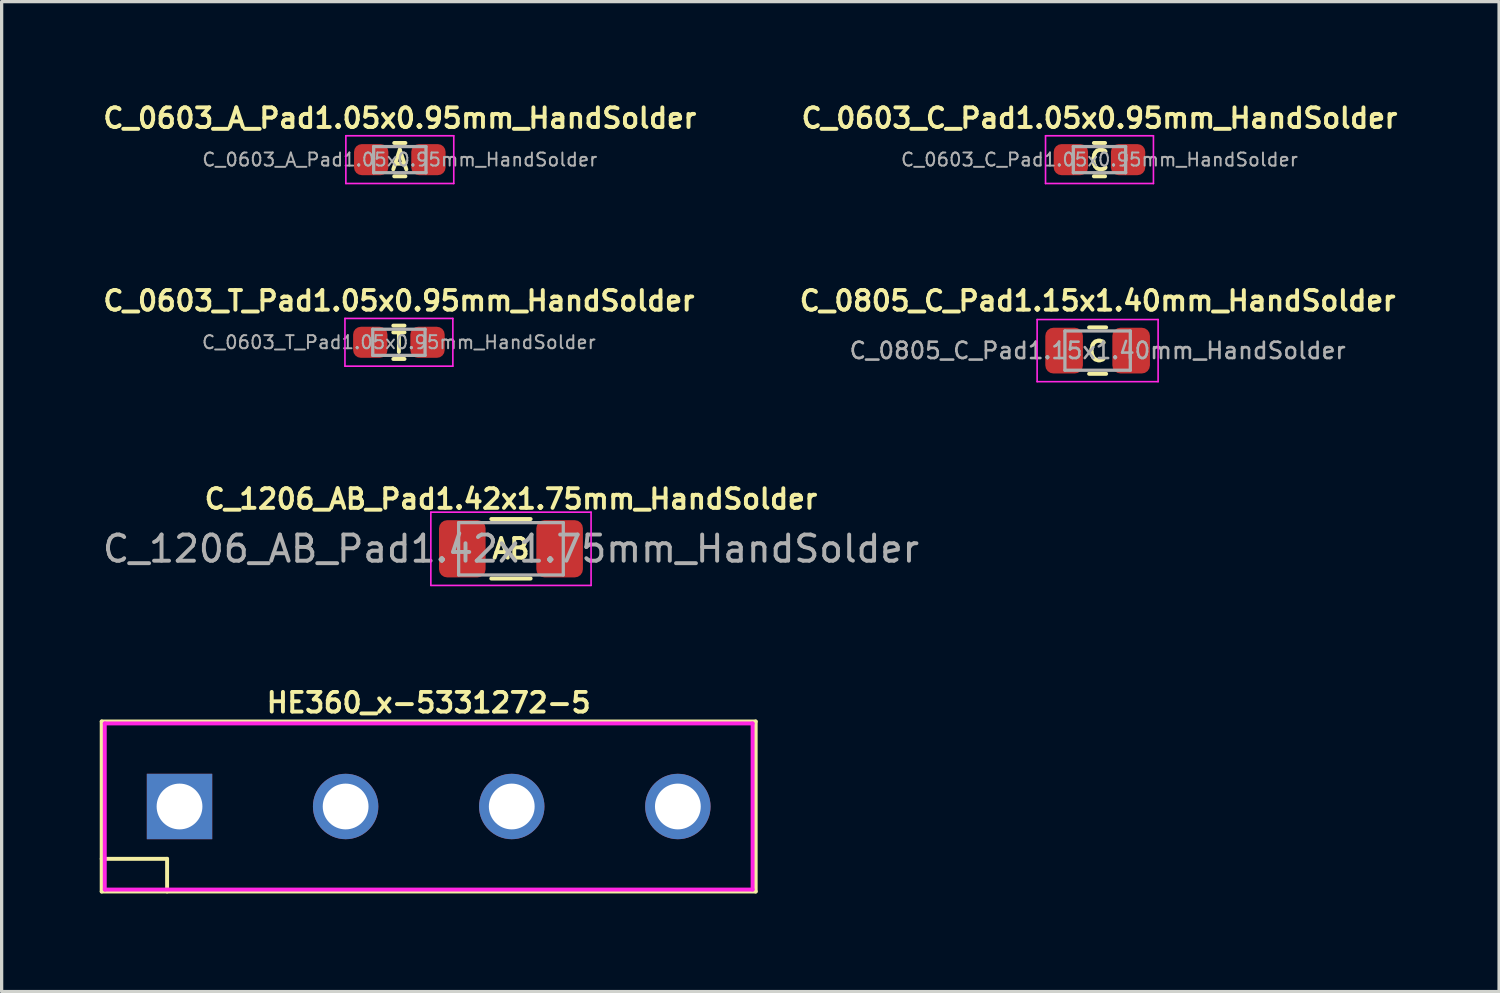
<source format=kicad_pcb>
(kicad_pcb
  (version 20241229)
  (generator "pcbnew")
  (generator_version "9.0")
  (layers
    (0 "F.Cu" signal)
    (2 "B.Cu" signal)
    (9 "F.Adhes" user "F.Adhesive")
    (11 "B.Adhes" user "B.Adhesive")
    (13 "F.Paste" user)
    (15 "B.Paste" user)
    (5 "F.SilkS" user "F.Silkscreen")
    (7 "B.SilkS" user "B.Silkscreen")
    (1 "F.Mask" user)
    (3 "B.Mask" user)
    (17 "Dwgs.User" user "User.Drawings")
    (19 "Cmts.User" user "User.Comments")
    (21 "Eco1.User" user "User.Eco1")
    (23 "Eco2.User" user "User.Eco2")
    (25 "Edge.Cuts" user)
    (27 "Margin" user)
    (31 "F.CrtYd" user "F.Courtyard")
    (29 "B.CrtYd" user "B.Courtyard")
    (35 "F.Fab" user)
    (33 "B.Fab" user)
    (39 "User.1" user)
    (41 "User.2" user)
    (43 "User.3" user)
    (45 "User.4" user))
  (footprint "C_0603_T_Pad1.05x0.95mm_HandSolder"
    (layer "F.Cu")
    (at 9.149 7.418)
    (property "Reference" "C_0603_T_Pad1.05x0.95mm_HandSolder" (at 0 -1.27 0) (layer "F.SilkS") (effects (font (size 0.6 0.6) (thickness 0.12))))
    (attr smd)
    (fp_line (start -0.171 -0.51) (end 0.171 -0.51) (stroke (width 0.12) (type solid)) (layer "F.SilkS"))
    (fp_line (start -0.171 0.51) (end 0.171 0.51) (stroke (width 0.12) (type solid)) (layer "F.SilkS"))
    (fp_line (start -1.65 -0.73) (end 1.65 -0.73) (stroke (width 0.05) (type solid)) (layer "F.CrtYd"))
    (fp_line (start -1.65 0.73) (end -1.65 -0.73) (stroke (width 0.05) (type solid)) (layer "F.CrtYd"))
    (fp_line (start 1.65 -0.73) (end 1.65 0.73) (stroke (width 0.05) (type solid)) (layer "F.CrtYd"))
    (fp_line (start 1.65 0.73) (end -1.65 0.73) (stroke (width 0.05) (type solid)) (layer "F.CrtYd"))
    (fp_line (start -0.8 -0.4) (end 0.8 -0.4) (stroke (width 0.1) (type solid)) (layer "F.Fab"))
    (fp_line (start -0.8 0.4) (end -0.8 -0.4) (stroke (width 0.1) (type solid)) (layer "F.Fab"))
    (fp_line (start 0.8 -0.4) (end 0.8 0.4) (stroke (width 0.1) (type solid)) (layer "F.Fab"))
    (fp_line (start 0.8 0.4) (end -0.8 0.4) (stroke (width 0.1) (type solid)) (layer "F.Fab"))
    (fp_text user "T" (at 0 0.025 0) (layer "F.SilkS") (effects (font (size 0.6 0.6) (thickness 0.12))))
    (fp_text user "${REFERENCE}" (at 0 0 0) (layer "F.Fab") (effects (font (size 0.4 0.4) (thickness 0.06))))
    (pad "1" smd roundrect (at -0.875 0) (size 1.05 0.95) (layers "F.Cu" "F.Mask" "F.Paste") (roundrect_rratio 0.25))
    (pad "2" smd roundrect (at 0.875 0) (size 1.05 0.95) (layers "F.Cu" "F.Mask" "F.Paste") (roundrect_rratio 0.25)))
  (footprint "C_0805_C_Pad1.15x1.40mm_HandSolder"
    (layer "F.Cu")
    (at 30.517 7.672)
    (property "Reference" "C_0805_C_Pad1.15x1.40mm_HandSolder" (at 0 -1.524 0) (layer "F.SilkS") (effects (font (size 0.6 0.6) (thickness 0.12))))
    (attr smd)
    (fp_line (start -0.261 -0.71) (end 0.261 -0.71) (stroke (width 0.12) (type solid)) (layer "F.SilkS"))
    (fp_line (start -0.261 0.71) (end 0.261 0.71) (stroke (width 0.12) (type solid)) (layer "F.SilkS"))
    (fp_line (start -1.85 -0.95) (end 1.85 -0.95) (stroke (width 0.05) (type solid)) (layer "F.CrtYd"))
    (fp_line (start -1.85 0.95) (end -1.85 -0.95) (stroke (width 0.05) (type solid)) (layer "F.CrtYd"))
    (fp_line (start 1.85 -0.95) (end 1.85 0.95) (stroke (width 0.05) (type solid)) (layer "F.CrtYd"))
    (fp_line (start 1.85 0.95) (end -1.85 0.95) (stroke (width 0.05) (type solid)) (layer "F.CrtYd"))
    (fp_line (start -1 -0.6) (end 1 -0.6) (stroke (width 0.1) (type solid)) (layer "F.Fab"))
    (fp_line (start -1 0.6) (end -1 -0.6) (stroke (width 0.1) (type solid)) (layer "F.Fab"))
    (fp_line (start 1 -0.6) (end 1 0.6) (stroke (width 0.1) (type solid)) (layer "F.Fab"))
    (fp_line (start 1 0.6) (end -1 0.6) (stroke (width 0.1) (type solid)) (layer "F.Fab"))
    (fp_text user "C" (at 0 0.025 0) (layer "F.SilkS") (effects (font (size 0.6 0.6) (thickness 0.12))))
    (fp_text user "${REFERENCE}" (at 0 0 0) (layer "F.Fab") (effects (font (size 0.5 0.5) (thickness 0.08))))
    (pad "1" smd roundrect (at -1.025 0) (size 1.15 1.4) (layers "F.Cu" "F.Mask" "F.Paste") (roundrect_rratio 0.217))
    (pad "2" smd roundrect (at 1.025 0) (size 1.15 1.4) (layers "F.Cu" "F.Mask" "F.Paste") (roundrect_rratio 0.217)))
  (footprint "C_0603_C_Pad1.05x0.95mm_HandSolder"
    (layer "F.Cu")
    (at 30.574 1.832)
    (property "Reference" "C_0603_C_Pad1.05x0.95mm_HandSolder" (at 0 -1.27 0) (layer "F.SilkS") (effects (font (size 0.6 0.6) (thickness 0.12))))
    (attr smd)
    (fp_line (start -0.171 -0.51) (end 0.171 -0.51) (stroke (width 0.12) (type solid)) (layer "F.SilkS"))
    (fp_line (start -0.171 0.51) (end 0.171 0.51) (stroke (width 0.12) (type solid)) (layer "F.SilkS"))
    (fp_line (start -1.65 -0.73) (end 1.65 -0.73) (stroke (width 0.05) (type solid)) (layer "F.CrtYd"))
    (fp_line (start -1.65 0.73) (end -1.65 -0.73) (stroke (width 0.05) (type solid)) (layer "F.CrtYd"))
    (fp_line (start 1.65 -0.73) (end 1.65 0.73) (stroke (width 0.05) (type solid)) (layer "F.CrtYd"))
    (fp_line (start 1.65 0.73) (end -1.65 0.73) (stroke (width 0.05) (type solid)) (layer "F.CrtYd"))
    (fp_line (start -0.8 -0.4) (end 0.8 -0.4) (stroke (width 0.1) (type solid)) (layer "F.Fab"))
    (fp_line (start -0.8 0.4) (end -0.8 -0.4) (stroke (width 0.1) (type solid)) (layer "F.Fab"))
    (fp_line (start 0.8 -0.4) (end 0.8 0.4) (stroke (width 0.1) (type solid)) (layer "F.Fab"))
    (fp_line (start 0.8 0.4) (end -0.8 0.4) (stroke (width 0.1) (type solid)) (layer "F.Fab"))
    (fp_text user "C" (at 0 0.025 0) (layer "F.SilkS") (effects (font (size 0.6 0.6) (thickness 0.12))))
    (fp_text user "${REFERENCE}" (at 0 0 0) (layer "F.Fab") (effects (font (size 0.4 0.4) (thickness 0.06))))
    (pad "1" smd roundrect (at -0.875 0) (size 1.05 0.95) (layers "F.Cu" "F.Mask" "F.Paste") (roundrect_rratio 0.25))
    (pad "2" smd roundrect (at 0.875 0) (size 1.05 0.95) (layers "F.Cu" "F.Mask" "F.Paste") (roundrect_rratio 0.25)))
  (footprint "C_1206_AB_Pad1.42x1.75mm_HandSolder"
    (layer "F.Cu")
    (at 12.576 13.733)
    (property "Reference" "C_1206_AB_Pad1.42x1.75mm_HandSolder" (at 0 -1.524 0) (layer "F.SilkS") (effects (font (size 0.6 0.6) (thickness 0.12))))
    (attr smd)
    (fp_line (start -0.602 -0.91) (end 0.602 -0.91) (stroke (width 0.12) (type solid)) (layer "F.SilkS"))
    (fp_line (start -0.602 0.91) (end 0.602 0.91) (stroke (width 0.12) (type solid)) (layer "F.SilkS"))
    (fp_line (start -2.45 -1.12) (end 2.45 -1.12) (stroke (width 0.05) (type solid)) (layer "F.CrtYd"))
    (fp_line (start -2.45 1.12) (end -2.45 -1.12) (stroke (width 0.05) (type solid)) (layer "F.CrtYd"))
    (fp_line (start 2.45 -1.12) (end 2.45 1.12) (stroke (width 0.05) (type solid)) (layer "F.CrtYd"))
    (fp_line (start 2.45 1.12) (end -2.45 1.12) (stroke (width 0.05) (type solid)) (layer "F.CrtYd"))
    (fp_line (start -1.6 -0.8) (end 1.6 -0.8) (stroke (width 0.1) (type solid)) (layer "F.Fab"))
    (fp_line (start -1.6 0.8) (end -1.6 -0.8) (stroke (width 0.1) (type solid)) (layer "F.Fab"))
    (fp_line (start 1.6 -0.8) (end 1.6 0.8) (stroke (width 0.1) (type solid)) (layer "F.Fab"))
    (fp_line (start 1.6 0.8) (end -1.6 0.8) (stroke (width 0.1) (type solid)) (layer "F.Fab"))
    (fp_text user "AB" (at 0 0 0) (layer "F.SilkS") (effects (font (size 0.6 0.6) (thickness 0.12))))
    (fp_text user "${REFERENCE}" (at 0 0 0) (layer "F.Fab") (effects (font (size 0.8 0.8) (thickness 0.12))))
    (pad "1" smd roundrect (at -1.488 0) (size 1.425 1.75) (layers "F.Cu" "F.Mask" "F.Paste") (roundrect_rratio 0.175))
    (pad "2" smd roundrect (at 1.488 0) (size 1.425 1.75) (layers "F.Cu" "F.Mask" "F.Paste") (roundrect_rratio 0.175)))
  (footprint "C_0603_A_Pad1.05x0.95mm_HandSolder"
    (layer "F.Cu")
    (at 9.177 1.832)
    (property "Reference" "C_0603_A_Pad1.05x0.95mm_HandSolder" (at 0 -1.27 0) (layer "F.SilkS") (effects (font (size 0.6 0.6) (thickness 0.12))))
    (attr smd)
    (fp_line (start -0.171 -0.51) (end 0.171 -0.51) (stroke (width 0.12) (type solid)) (layer "F.SilkS"))
    (fp_line (start -0.171 0.51) (end 0.171 0.51) (stroke (width 0.12) (type solid)) (layer "F.SilkS"))
    (fp_line (start -1.65 -0.73) (end 1.65 -0.73) (stroke (width 0.05) (type solid)) (layer "F.CrtYd"))
    (fp_line (start -1.65 0.73) (end -1.65 -0.73) (stroke (width 0.05) (type solid)) (layer "F.CrtYd"))
    (fp_line (start 1.65 -0.73) (end 1.65 0.73) (stroke (width 0.05) (type solid)) (layer "F.CrtYd"))
    (fp_line (start 1.65 0.73) (end -1.65 0.73) (stroke (width 0.05) (type solid)) (layer "F.CrtYd"))
    (fp_line (start -0.8 -0.4) (end 0.8 -0.4) (stroke (width 0.1) (type solid)) (layer "F.Fab"))
    (fp_line (start -0.8 0.4) (end -0.8 -0.4) (stroke (width 0.1) (type solid)) (layer "F.Fab"))
    (fp_line (start 0.8 -0.4) (end 0.8 0.4) (stroke (width 0.1) (type solid)) (layer "F.Fab"))
    (fp_line (start 0.8 0.4) (end -0.8 0.4) (stroke (width 0.1) (type solid)) (layer "F.Fab"))
    (fp_text user "A" (at 0 0.025 0) (layer "F.SilkS") (effects (font (size 0.6 0.6) (thickness 0.12))))
    (fp_text user "${REFERENCE}" (at 0 0 0) (layer "F.Fab") (effects (font (size 0.4 0.4) (thickness 0.06))))
    (pad "1" smd roundrect (at -0.875 0) (size 1.05 0.95) (layers "F.Cu" "F.Mask" "F.Paste") (roundrect_rratio 0.25))
    (pad "2" smd roundrect (at 0.875 0) (size 1.05 0.95) (layers "F.Cu" "F.Mask" "F.Paste") (roundrect_rratio 0.25)))
  (footprint "HE360_x-5331272-5"
    (layer "F.Cu")
    (at 10.06 21.614)
    (property "Reference" "HE360_x-5331272-5" (at 0 -3.175 0) (layer "F.SilkS") (effects (font (size 0.6 0.6) (thickness 0.12))))
    (attr through_hole)
    (fp_line (start -10 -2.6) (end -10 2.6) (stroke (width 0.12) (type solid)) (layer "F.SilkS"))
    (fp_line (start -10 1.6) (end -8 1.6) (stroke (width 0.12) (type solid)) (layer "F.SilkS"))
    (fp_line (start -10 2.6) (end 10 2.6) (stroke (width 0.12) (type solid)) (layer "F.SilkS"))
    (fp_line (start -8 1.6) (end -8 2.6) (stroke (width 0.12) (type solid)) (layer "F.SilkS"))
    (fp_line (start 10 -2.6) (end -10 -2.6) (stroke (width 0.12) (type solid)) (layer "F.SilkS"))
    (fp_line (start 10 2.6) (end 10 -2.6) (stroke (width 0.12) (type solid)) (layer "F.SilkS"))
    (fp_line (start -9.906 -2.54) (end 9.906 -2.54) (stroke (width 0.12) (type solid)) (layer "F.CrtYd"))
    (fp_line (start -9.906 2.54) (end -9.906 -2.54) (stroke (width 0.12) (type solid)) (layer "F.CrtYd"))
    (fp_line (start 9.906 -2.54) (end 9.906 2.54) (stroke (width 0.12) (type solid)) (layer "F.CrtYd"))
    (fp_line (start 9.906 2.54) (end -9.906 2.54) (stroke (width 0.12) (type solid)) (layer "F.CrtYd"))
    (pad "1" thru_hole rect (at -7.62 0) (size 2 2) (drill 1.4) (layers "*.Cu" "*.Mask"))
    (pad "2" thru_hole circle (at -2.54 0) (size 2 2) (drill 1.4) (layers "*.Cu" "*.Mask"))
    (pad "3" thru_hole circle (at 2.54 0) (size 2 2) (drill 1.4) (layers "*.Cu" "*.Mask"))
    (pad "4" thru_hole circle (at 7.62 0) (size 2 2) (drill 1.4) (layers "*.Cu" "*.Mask")))
  (gr_rect
    (start -3 -3)
    (end 42.794 27.274)
    (stroke (width 0.1) (type default))
    (fill no)
    (layer "Edge.Cuts")))
</source>
